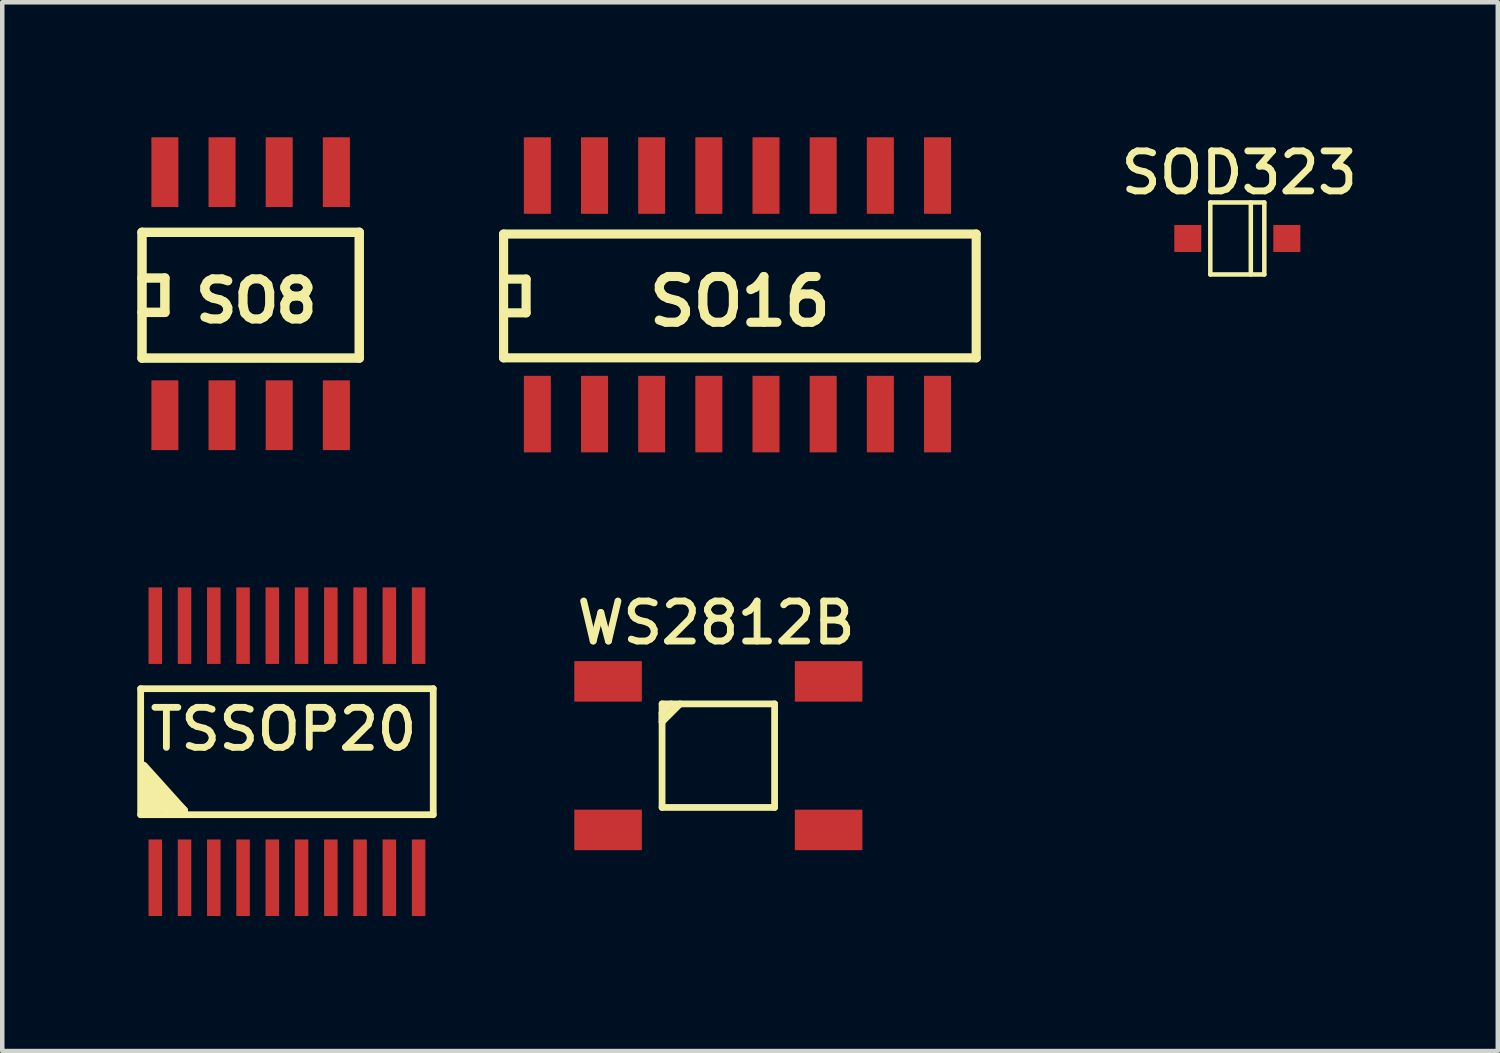
<source format=kicad_pcb>
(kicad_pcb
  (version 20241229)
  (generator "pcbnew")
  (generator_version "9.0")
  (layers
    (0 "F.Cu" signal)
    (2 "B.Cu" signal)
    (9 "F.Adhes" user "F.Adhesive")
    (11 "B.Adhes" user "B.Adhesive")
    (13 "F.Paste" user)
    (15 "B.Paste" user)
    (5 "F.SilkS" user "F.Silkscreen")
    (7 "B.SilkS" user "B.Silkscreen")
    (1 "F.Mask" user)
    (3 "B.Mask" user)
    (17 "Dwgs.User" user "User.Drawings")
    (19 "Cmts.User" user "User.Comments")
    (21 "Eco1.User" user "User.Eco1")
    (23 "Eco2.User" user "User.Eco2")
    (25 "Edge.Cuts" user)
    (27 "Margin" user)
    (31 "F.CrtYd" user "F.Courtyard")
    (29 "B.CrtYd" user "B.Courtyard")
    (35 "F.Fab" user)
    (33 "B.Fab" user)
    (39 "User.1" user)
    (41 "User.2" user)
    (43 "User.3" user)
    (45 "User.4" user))
  (footprint "TSSOP20"
    (layer "F.Cu")
    (at 3.65 13.65)
    (property "Reference" "TSSOP20" (at -0.4 -0.5 0) (layer "F.SilkS") (effects (font (size 0.889 0.889) (thickness 0.152))))
    (attr through_hole)
    (fp_line (start -3.575 -1.4) (end -3.575 1.4) (stroke (width 0.15) (type solid)) (layer "F.SilkS"))
    (fp_line (start -3.575 1.4) (end 2.925 1.4) (stroke (width 0.15) (type solid)) (layer "F.SilkS"))
    (fp_line (start -3.5 0.3) (end -2.6 1.3) (stroke (width 0.15) (type solid)) (layer "F.SilkS"))
    (fp_line (start -3.5 0.5) (end -2.7 1.3) (stroke (width 0.15) (type solid)) (layer "F.SilkS"))
    (fp_line (start -3.5 0.7) (end -2.8 1.3) (stroke (width 0.15) (type solid)) (layer "F.SilkS"))
    (fp_line (start -3.5 0.9) (end -3 1.3) (stroke (width 0.15) (type solid)) (layer "F.SilkS"))
    (fp_line (start -3.5 1.1) (end -3.2 1.3) (stroke (width 0.15) (type solid)) (layer "F.SilkS"))
    (fp_line (start -3.5 1.3) (end -3.5 0.4) (stroke (width 0.15) (type solid)) (layer "F.SilkS"))
    (fp_line (start -3.2 1.3) (end -3.5 1.3) (stroke (width 0.15) (type solid)) (layer "F.SilkS"))
    (fp_line (start -3 1.3) (end -3.5 1.1) (stroke (width 0.15) (type solid)) (layer "F.SilkS"))
    (fp_line (start -3 1.3) (end -2.9 1.3) (stroke (width 0.15) (type solid)) (layer "F.SilkS"))
    (fp_line (start -2.8 1.3) (end -3.5 0.9) (stroke (width 0.15) (type solid)) (layer "F.SilkS"))
    (fp_line (start -2.7 1.3) (end -3.5 0.7) (stroke (width 0.15) (type solid)) (layer "F.SilkS"))
    (fp_line (start -2.6 1.3) (end -3.5 0.5) (stroke (width 0.15) (type solid)) (layer "F.SilkS"))
    (fp_line (start 2.925 -1.4) (end -3.575 -1.4) (stroke (width 0.15) (type solid)) (layer "F.SilkS"))
    (fp_line (start 2.925 1.4) (end 2.925 -1.4) (stroke (width 0.15) (type solid)) (layer "F.SilkS"))
    (pad "1" smd rect (at -3.25 2.8) (size 0.3 1.7) (layers "F.Cu" "F.Mask" "F.Paste"))
    (pad "2" smd rect (at -2.6 2.8) (size 0.3 1.7) (layers "F.Cu" "F.Mask" "F.Paste"))
    (pad "3" smd rect (at -1.95 2.8) (size 0.3 1.7) (layers "F.Cu" "F.Mask" "F.Paste"))
    (pad "4" smd rect (at -1.3 2.8) (size 0.3 1.7) (layers "F.Cu" "F.Mask" "F.Paste"))
    (pad "5" smd rect (at -0.65 2.8) (size 0.3 1.7) (layers "F.Cu" "F.Mask" "F.Paste"))
    (pad "6" smd rect (at 0 2.8) (size 0.3 1.7) (layers "F.Cu" "F.Mask" "F.Paste"))
    (pad "7" smd rect (at 0.65 2.8) (size 0.3 1.7) (layers "F.Cu" "F.Mask" "F.Paste"))
    (pad "8" smd rect (at 1.3 2.8) (size 0.3 1.7) (layers "F.Cu" "F.Mask" "F.Paste"))
    (pad "9" smd rect (at 1.95 2.8) (size 0.3 1.7) (layers "F.Cu" "F.Mask" "F.Paste"))
    (pad "10" smd rect (at 2.6 2.8) (size 0.3 1.7) (layers "F.Cu" "F.Mask" "F.Paste"))
    (pad "11" smd rect (at 2.6 -2.8) (size 0.3 1.7) (layers "F.Cu" "F.Mask" "F.Paste"))
    (pad "12" smd rect (at 1.95 -2.8) (size 0.3 1.7) (layers "F.Cu" "F.Mask" "F.Paste"))
    (pad "13" smd rect (at 1.3 -2.8) (size 0.3 1.7) (layers "F.Cu" "F.Mask" "F.Paste"))
    (pad "14" smd rect (at 0.65 -2.8) (size 0.3 1.7) (layers "F.Cu" "F.Mask" "F.Paste"))
    (pad "15" smd rect (at 0 -2.8) (size 0.3 1.7) (layers "F.Cu" "F.Mask" "F.Paste"))
    (pad "16" smd rect (at -0.65 -2.8) (size 0.3 1.7) (layers "F.Cu" "F.Mask" "F.Paste"))
    (pad "17" smd rect (at -1.3 -2.8) (size 0.3 1.7) (layers "F.Cu" "F.Mask" "F.Paste"))
    (pad "18" smd rect (at -1.95 -2.8) (size 0.3 1.7) (layers "F.Cu" "F.Mask" "F.Paste"))
    (pad "19" smd rect (at -2.6 -2.8) (size 0.3 1.7) (layers "F.Cu" "F.Mask" "F.Paste"))
    (pad "20" smd rect (at -3.25 -2.8) (size 0.3 1.7) (layers "F.Cu" "F.Mask" "F.Paste")))
  (footprint "WS2812B"
    (layer "F.Cu")
    (at 10.459 12.088)
    (property "Reference" "WS2812B" (at 2.4 -1.3 0) (layer "F.SilkS") (effects (font (size 0.889 0.889) (thickness 0.152))))
    (attr through_hole)
    (fp_line (start 1.2 0.5) (end 1.2 2.8) (stroke (width 0.15) (type solid)) (layer "F.SilkS"))
    (fp_line (start 1.2 0.7) (end 1.2 0.9) (stroke (width 0.15) (type solid)) (layer "F.SilkS"))
    (fp_line (start 1.2 0.9) (end 1.6 0.5) (stroke (width 0.15) (type solid)) (layer "F.SilkS"))
    (fp_line (start 1.2 2.8) (end 3.7 2.8) (stroke (width 0.15) (type solid)) (layer "F.SilkS"))
    (fp_line (start 1.4 0.5) (end 1.2 0.7) (stroke (width 0.15) (type solid)) (layer "F.SilkS"))
    (fp_line (start 3.7 0.5) (end 1.2 0.5) (stroke (width 0.15) (type solid)) (layer "F.SilkS"))
    (fp_line (start 3.7 2.8) (end 3.7 0.5) (stroke (width 0.15) (type solid)) (layer "F.SilkS"))
    (pad "1" smd rect (at 0 0) (size 1.5 0.9) (layers "F.Cu" "F.Mask" "F.Paste"))
    (pad "2" smd rect (at 0 3.3) (size 1.5 0.9) (layers "F.Cu" "F.Mask" "F.Paste"))
    (pad "3" smd rect (at 4.9 3.3) (size 1.5 0.9) (layers "F.Cu" "F.Mask" "F.Paste"))
    (pad "4" smd rect (at 4.9 0) (size 1.5 0.9) (layers "F.Cu" "F.Mask" "F.Paste")))
  (footprint "SO16"
    (layer "F.Cu")
    (at 8.888 6.15)
    (property "Reference" "SO16" (at 4.5 -2.5 0) (layer "F.SilkS") (effects (font (size 1.016 1.016) (thickness 0.203))))
    (attr through_hole)
    (fp_line (start -0.75 -4) (end 9.75 -4) (stroke (width 0.203) (type solid)) (layer "F.SilkS"))
    (fp_line (start -0.75 -3) (end -0.25 -3) (stroke (width 0.203) (type solid)) (layer "F.SilkS"))
    (fp_line (start -0.75 -1.25) (end -0.75 -4) (stroke (width 0.203) (type solid)) (layer "F.SilkS"))
    (fp_line (start -0.25 -3) (end -0.25 -2.25) (stroke (width 0.203) (type solid)) (layer "F.SilkS"))
    (fp_line (start -0.25 -2.25) (end -0.75 -2.25) (stroke (width 0.203) (type solid)) (layer "F.SilkS"))
    (fp_line (start 9.75 -4) (end 9.75 -1.25) (stroke (width 0.203) (type solid)) (layer "F.SilkS"))
    (fp_line (start 9.75 -1.25) (end -0.75 -1.25) (stroke (width 0.203) (type solid)) (layer "F.SilkS"))
    (pad "1" smd rect (at 0 0) (size 0.6 1.7) (layers "F.Cu" "F.Mask" "F.Paste"))
    (pad "2" smd rect (at 1.27 0) (size 0.6 1.7) (layers "F.Cu" "F.Mask" "F.Paste"))
    (pad "3" smd rect (at 2.54 0) (size 0.6 1.7) (layers "F.Cu" "F.Mask" "F.Paste"))
    (pad "4" smd rect (at 3.81 0) (size 0.6 1.7) (layers "F.Cu" "F.Mask" "F.Paste"))
    (pad "5" smd rect (at 5.08 0) (size 0.6 1.7) (layers "F.Cu" "F.Mask" "F.Paste"))
    (pad "6" smd rect (at 6.35 0) (size 0.6 1.7) (layers "F.Cu" "F.Mask" "F.Paste"))
    (pad "7" smd rect (at 7.62 0) (size 0.6 1.7) (layers "F.Cu" "F.Mask" "F.Paste"))
    (pad "8" smd rect (at 8.89 0) (size 0.6 1.7) (layers "F.Cu" "F.Mask" "F.Paste"))
    (pad "9" smd rect (at 8.89 -5.3) (size 0.6 1.7) (layers "F.Cu" "F.Mask" "F.Paste"))
    (pad "10" smd rect (at 7.62 -5.3) (size 0.6 1.7) (layers "F.Cu" "F.Mask" "F.Paste"))
    (pad "11" smd rect (at 6.35 -5.3) (size 0.6 1.7) (layers "F.Cu" "F.Mask" "F.Paste"))
    (pad "12" smd rect (at 5.08 -5.3) (size 0.6 1.7) (layers "F.Cu" "F.Mask" "F.Paste"))
    (pad "13" smd rect (at 3.81 -5.3) (size 0.6 1.7) (layers "F.Cu" "F.Mask" "F.Paste"))
    (pad "14" smd rect (at 2.54 -5.3) (size 0.6 1.7) (layers "F.Cu" "F.Mask" "F.Paste"))
    (pad "15" smd rect (at 1.27 -5.3) (size 0.6 1.7) (layers "F.Cu" "F.Mask" "F.Paste"))
    (pad "16" smd rect (at 0 -5.3) (size 0.6 1.7) (layers "F.Cu" "F.Mask" "F.Paste")))
  (footprint "SO8"
    (layer "F.Cu")
    (at 0.613 6.175)
    (property "Reference" "SO8" (at 2.032 -2.54 0) (layer "F.SilkS") (effects (font (size 0.889 0.889) (thickness 0.203))))
    (attr through_hole)
    (fp_line (start -0.508 -4.064) (end 4.318 -4.064) (stroke (width 0.21) (type solid)) (layer "F.SilkS"))
    (fp_line (start -0.508 -3.048) (end 0 -3.048) (stroke (width 0.21) (type solid)) (layer "F.SilkS"))
    (fp_line (start -0.508 -1.27) (end -0.508 -4.064) (stroke (width 0.21) (type solid)) (layer "F.SilkS"))
    (fp_line (start 0 -3.048) (end 0 -2.286) (stroke (width 0.21) (type solid)) (layer "F.SilkS"))
    (fp_line (start 0 -2.286) (end -0.508 -2.286) (stroke (width 0.21) (type solid)) (layer "F.SilkS"))
    (fp_line (start 4.318 -4.064) (end 4.318 -1.27) (stroke (width 0.21) (type solid)) (layer "F.SilkS"))
    (fp_line (start 4.318 -1.27) (end -0.508 -1.27) (stroke (width 0.21) (type solid)) (layer "F.SilkS"))
    (pad "1" smd rect (at 0 0) (size 0.6 1.55) (layers "F.Cu" "F.Mask" "F.Paste"))
    (pad "2" smd rect (at 1.27 0) (size 0.6 1.55) (layers "F.Cu" "F.Mask" "F.Paste"))
    (pad "3" smd rect (at 2.54 0) (size 0.6 1.55) (layers "F.Cu" "F.Mask" "F.Paste"))
    (pad "4" smd rect (at 3.81 0) (size 0.6 1.55) (layers "F.Cu" "F.Mask" "F.Paste"))
    (pad "5" smd rect (at 3.81 -5.4) (size 0.6 1.55) (layers "F.Cu" "F.Mask" "F.Paste"))
    (pad "6" smd rect (at 2.54 -5.4) (size 0.6 1.55) (layers "F.Cu" "F.Mask" "F.Paste"))
    (pad "7" smd rect (at 1.27 -5.4) (size 0.6 1.55) (layers "F.Cu" "F.Mask" "F.Paste"))
    (pad "8" smd rect (at 0 -5.4) (size 0.6 1.55) (layers "F.Cu" "F.Mask" "F.Paste")))
  (footprint "SOD323"
    (layer "F.Cu")
    (at 23.339 2.248)
    (property "Reference" "SOD323" (at 1.143 -1.46 0) (layer "F.SilkS") (effects (font (size 0.889 0.889) (thickness 0.152))))
    (attr through_hole)
    (fp_line (start 0.5 -0.8) (end 1.7 -0.8) (stroke (width 0.1) (type solid)) (layer "F.SilkS"))
    (fp_line (start 0.5 0.8) (end 0.5 -0.8) (stroke (width 0.1) (type solid)) (layer "F.SilkS"))
    (fp_line (start 1.4 -0.8) (end 1.4 0.8) (stroke (width 0.1) (type solid)) (layer "F.SilkS"))
    (fp_line (start 1.7 -0.8) (end 1.7 0.8) (stroke (width 0.1) (type solid)) (layer "F.SilkS"))
    (fp_line (start 1.7 0.8) (end 0.5 0.8) (stroke (width 0.1) (type solid)) (layer "F.SilkS"))
    (pad "1" smd rect (at 0 0) (size 0.6 0.6) (layers "F.Cu" "F.Mask" "F.Paste"))
    (pad "2" smd rect (at 2.2 0) (size 0.6 0.6) (layers "F.Cu" "F.Mask" "F.Paste")))
  (gr_rect
    (start -3 -3)
    (end 30.226 20.3)
    (stroke (width 0.1) (type default))
    (fill no)
    (layer "Edge.Cuts")))
</source>
